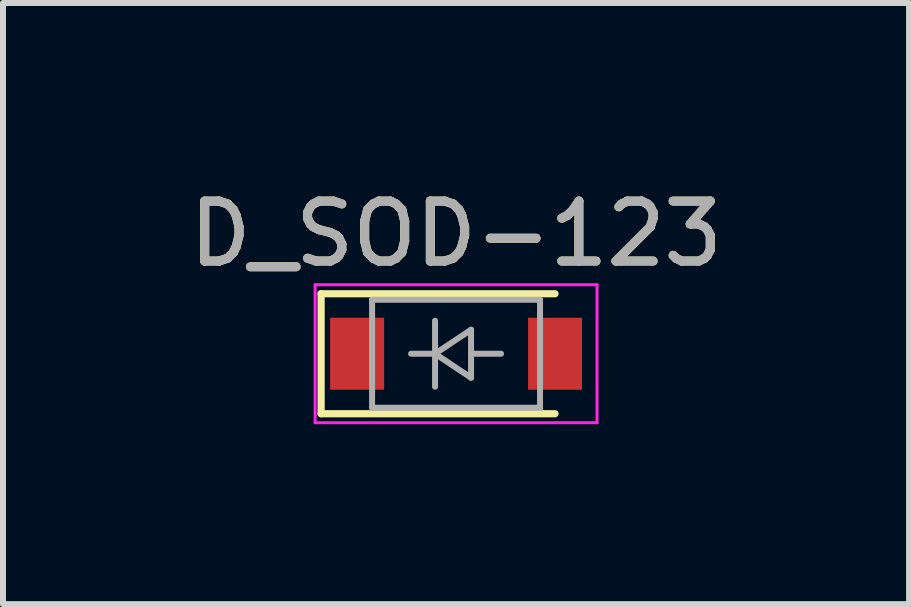
<source format=kicad_pcb>
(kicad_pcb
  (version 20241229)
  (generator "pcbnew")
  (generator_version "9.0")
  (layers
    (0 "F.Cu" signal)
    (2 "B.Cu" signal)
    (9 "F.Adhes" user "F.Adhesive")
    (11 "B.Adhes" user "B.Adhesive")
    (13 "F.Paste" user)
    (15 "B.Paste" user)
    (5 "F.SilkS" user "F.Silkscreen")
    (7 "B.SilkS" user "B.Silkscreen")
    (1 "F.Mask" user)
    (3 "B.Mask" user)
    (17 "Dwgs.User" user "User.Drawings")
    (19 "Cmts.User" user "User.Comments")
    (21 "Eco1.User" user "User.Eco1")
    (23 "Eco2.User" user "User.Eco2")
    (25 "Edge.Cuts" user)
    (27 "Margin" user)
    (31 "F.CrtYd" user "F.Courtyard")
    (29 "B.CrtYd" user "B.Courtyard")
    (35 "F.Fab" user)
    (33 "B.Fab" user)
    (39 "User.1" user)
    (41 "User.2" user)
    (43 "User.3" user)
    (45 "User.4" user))
  (footprint "D_SOD-123"
    (layer "F.Cu")
    (at 4.554 2.848)
    (property "Reference" "D_SOD-123" (at 0 -2 0) (layer "F.SilkS") (effects (font (size 1 1) (thickness 0.15))))
    (attr smd)
    (fp_line (start -2.25 -1) (end -2.25 1) (stroke (width 0.12) (type solid)) (layer "F.SilkS"))
    (fp_line (start -2.25 -1) (end 1.65 -1) (stroke (width 0.12) (type solid)) (layer "F.SilkS"))
    (fp_line (start -2.25 1) (end 1.65 1) (stroke (width 0.12) (type solid)) (layer "F.SilkS"))
    (fp_line (start -2.35 -1.15) (end -2.35 1.15) (stroke (width 0.05) (type solid)) (layer "F.CrtYd"))
    (fp_line (start -2.35 -1.15) (end 2.35 -1.15) (stroke (width 0.05) (type solid)) (layer "F.CrtYd"))
    (fp_line (start 2.35 -1.15) (end 2.35 1.15) (stroke (width 0.05) (type solid)) (layer "F.CrtYd"))
    (fp_line (start 2.35 1.15) (end -2.35 1.15) (stroke (width 0.05) (type solid)) (layer "F.CrtYd"))
    (fp_line (start -1.4 -0.9) (end 1.4 -0.9) (stroke (width 0.1) (type solid)) (layer "F.Fab"))
    (fp_line (start -1.4 0.9) (end -1.4 -0.9) (stroke (width 0.1) (type solid)) (layer "F.Fab"))
    (fp_line (start -0.75 0) (end -0.35 0) (stroke (width 0.1) (type solid)) (layer "F.Fab"))
    (fp_line (start -0.35 0) (end -0.35 -0.55) (stroke (width 0.1) (type solid)) (layer "F.Fab"))
    (fp_line (start -0.35 0) (end -0.35 0.55) (stroke (width 0.1) (type solid)) (layer "F.Fab"))
    (fp_line (start -0.35 0) (end 0.25 -0.4) (stroke (width 0.1) (type solid)) (layer "F.Fab"))
    (fp_line (start 0.25 -0.4) (end 0.25 0.4) (stroke (width 0.1) (type solid)) (layer "F.Fab"))
    (fp_line (start 0.25 0) (end 0.75 0) (stroke (width 0.1) (type solid)) (layer "F.Fab"))
    (fp_line (start 0.25 0.4) (end -0.35 0) (stroke (width 0.1) (type solid)) (layer "F.Fab"))
    (fp_line (start 1.4 -0.9) (end 1.4 0.9) (stroke (width 0.1) (type solid)) (layer "F.Fab"))
    (fp_line (start 1.4 0.9) (end -1.4 0.9) (stroke (width 0.1) (type solid)) (layer "F.Fab"))
    (fp_text user "${REFERENCE}" (at 0 -2 0) (layer "F.Fab") (effects (font (size 1 1) (thickness 0.15))))
    (pad "1" smd rect (at -1.65 0) (size 0.9 1.2) (layers "F.Cu" "F.Mask" "F.Paste"))
    (pad "2" smd rect (at 1.65 0) (size 0.9 1.2) (layers "F.Cu" "F.Mask" "F.Paste")))
  (gr_rect
    (start -3 -3)
    (end 12.107 7.023)
    (stroke (width 0.1) (type default))
    (fill no)
    (layer "Edge.Cuts")))
</source>
